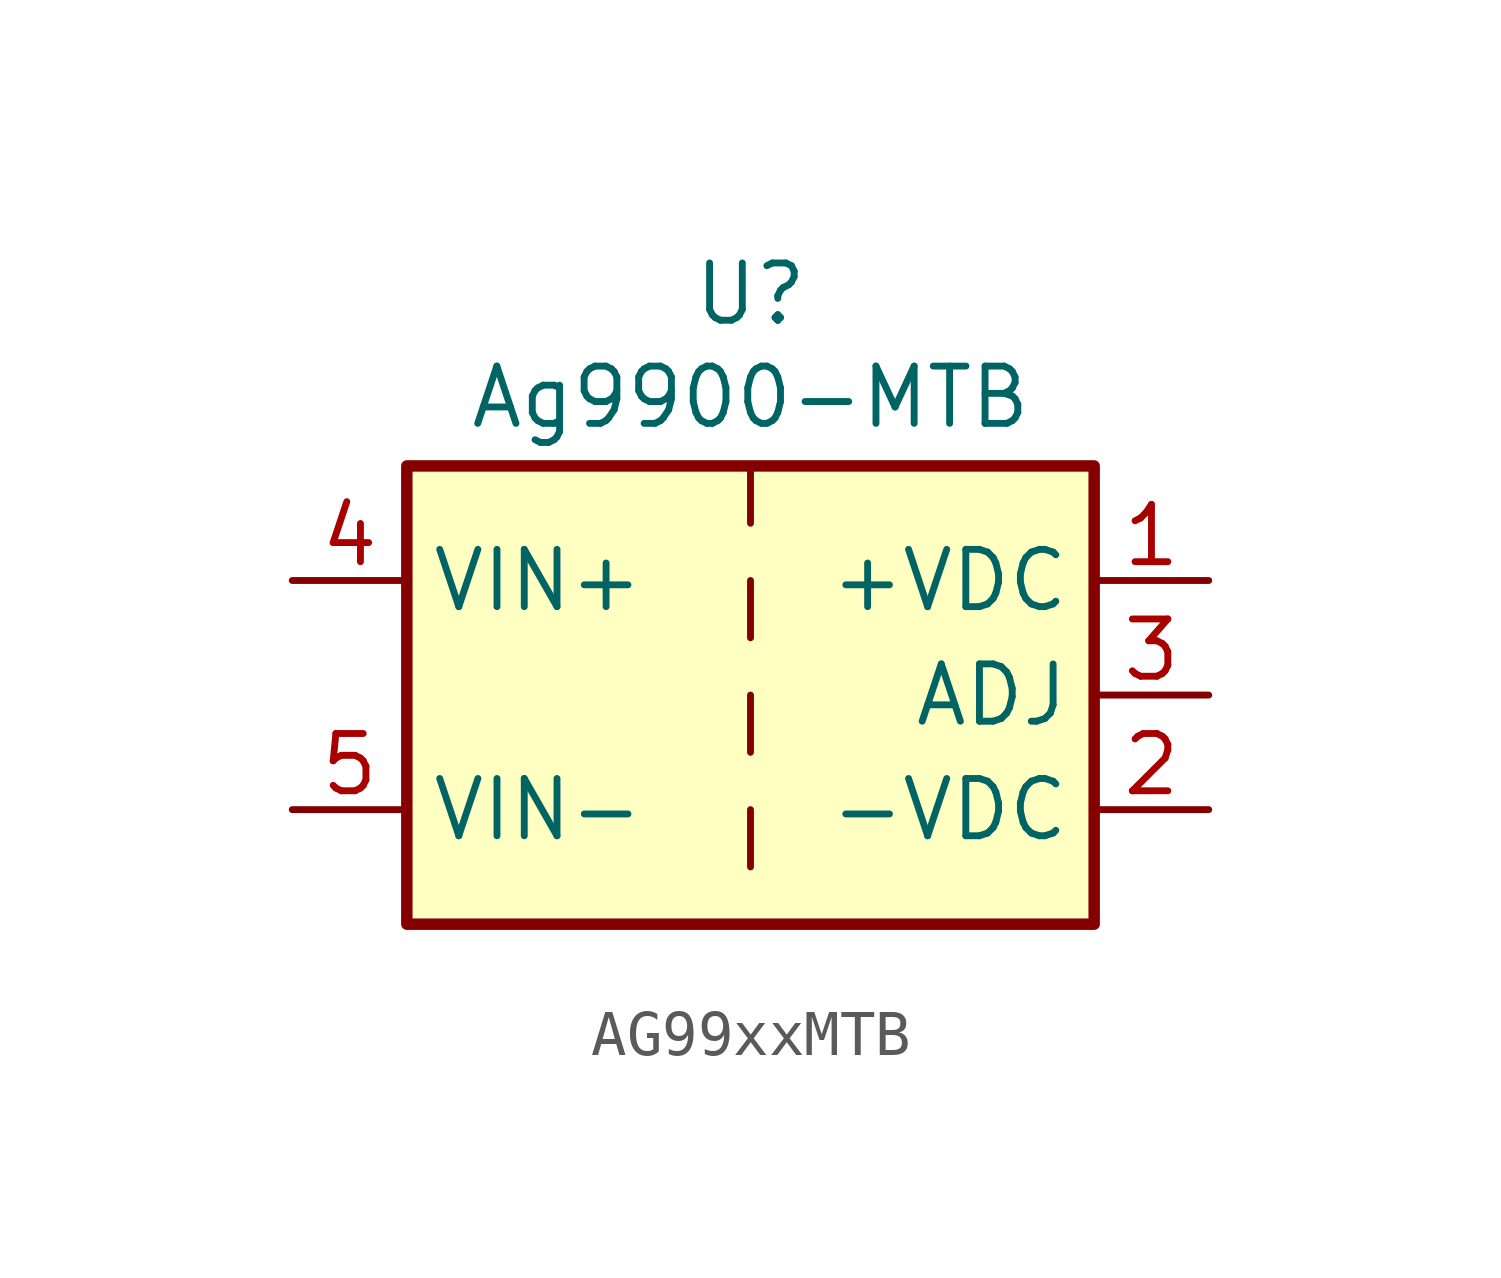
<source format=kicad_sym>
(kicad_symbol_lib
  (version 20231120)
  (generator "kicad_symbol_editor")
  (generator_version "8.0")
  (symbol "AG99xxMTB"
    (property "Reference" "U"
      (at 7.62 13.97 0)
      (effects (font (size 1.27 1.27))))
    (property "Value" "Ag9900-MTB"
      (at 7.62 11.684 0)
      (effects (font (size 1.27 1.27))))
    (symbol "AG99xxMTB_0_1"
      (polyline (pts (xy 7.62 2.54) (xy 7.62 1.27)) (stroke (width 0) (type default)) (fill (type none)))
      (polyline (pts (xy 7.62 5.08) (xy 7.62 3.81)) (stroke (width 0) (type default)) (fill (type none)))
      (polyline (pts (xy 7.62 7.62) (xy 7.62 6.35)) (stroke (width 0) (type default)) (fill (type none)))
      (polyline (pts (xy 7.62 10.16) (xy 7.62 8.89)) (stroke (width 0) (type default)) (fill (type none)))
      (rectangle (start 0 10.16) (end 15.24 0) (stroke (width 0.254) (type default)) (fill (type background))))
    (symbol "AG99xxMTB_1_1"
      (pin power_out line (at 17.78 7.62 180) (length 2.54) (name "+VDC" (effects (font (size 1.27 1.27)))) (number "1" (effects (font (size 1.27 1.27)))))
      (pin power_out line (at 17.78 2.54 180) (length 2.54) (name "-VDC" (effects (font (size 1.27 1.27)))) (number "2" (effects (font (size 1.27 1.27)))))
      (pin passive line (at 17.78 5.08 180) (length 2.54) (name "ADJ" (effects (font (size 1.27 1.27)))) (number "3" (effects (font (size 1.27 1.27)))))
      (pin power_in line (at -2.54 7.62 0) (length 2.54) (name "VIN+" (effects (font (size 1.27 1.27)))) (number "4" (effects (font (size 1.27 1.27)))))
      (pin power_in line (at -2.54 2.54 0) (length 2.54) (name "VIN-" (effects (font (size 1.27 1.27)))) (number "5" (effects (font (size 1.27 1.27))))))))
</source>
